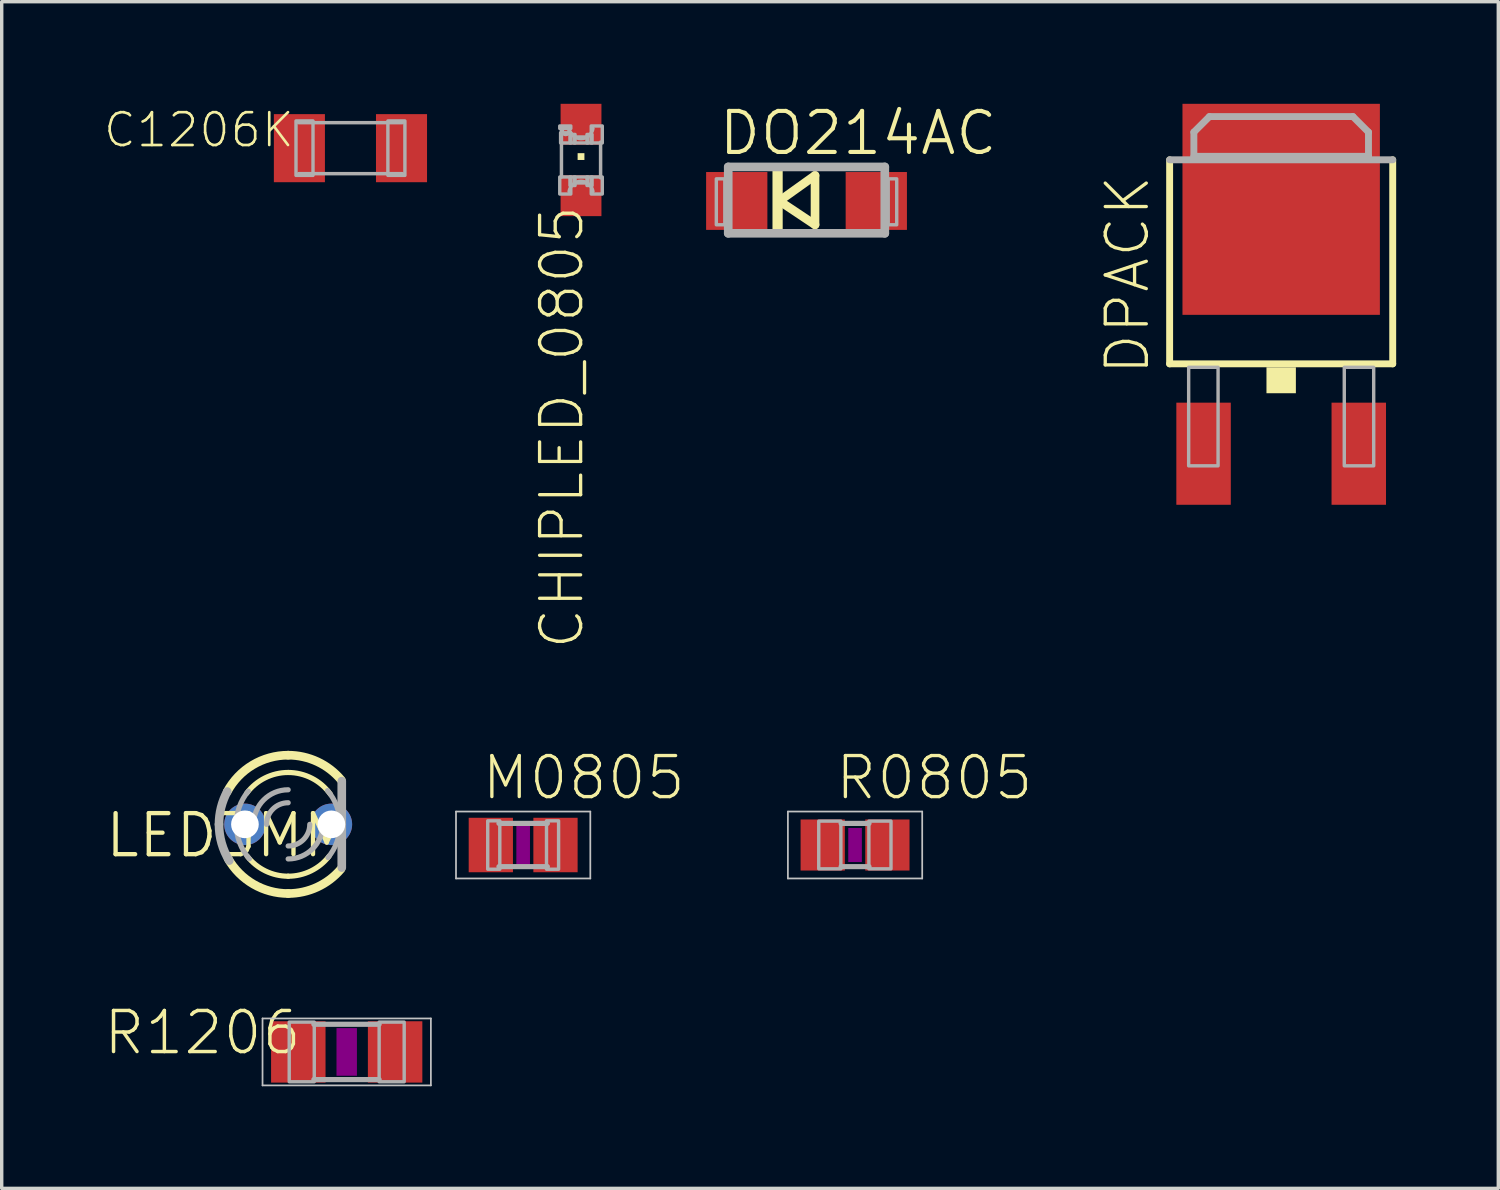
<source format=kicad_pcb>
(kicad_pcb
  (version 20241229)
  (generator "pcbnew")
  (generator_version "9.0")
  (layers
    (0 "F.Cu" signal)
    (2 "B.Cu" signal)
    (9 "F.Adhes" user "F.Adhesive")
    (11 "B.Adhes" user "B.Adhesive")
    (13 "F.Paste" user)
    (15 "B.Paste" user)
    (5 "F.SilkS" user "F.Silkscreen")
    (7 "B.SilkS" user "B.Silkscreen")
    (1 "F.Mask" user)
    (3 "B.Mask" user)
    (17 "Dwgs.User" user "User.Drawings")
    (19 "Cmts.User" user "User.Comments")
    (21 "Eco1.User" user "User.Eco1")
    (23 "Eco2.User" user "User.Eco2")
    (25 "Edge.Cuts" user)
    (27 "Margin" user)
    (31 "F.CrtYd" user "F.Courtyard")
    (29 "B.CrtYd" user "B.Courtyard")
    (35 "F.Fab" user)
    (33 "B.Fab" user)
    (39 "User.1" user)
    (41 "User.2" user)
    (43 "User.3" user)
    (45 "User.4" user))
  (footprint "LED3MM"
    (layer "F.Cu")
    (at 5.416 21.169)
    (property "Reference" "LED3MM" (at 1.905 -0.381 0) (layer "F.SilkS") (effects (font (size 1.206 1.206) (thickness 0.127)) (justify right top)))
    (attr through_hole)
    (fp_arc (start -1.7929 -0.9562) (mid -1.045438 -1.7424) (end 0 -2.032) (stroke (width 0.254) (type solid)) (layer "F.SilkS"))
    (fp_arc (start -1.2192 -0.9144) (mid -0.681554 -1.363107) (end 0 -1.524) (stroke (width 0.1524) (type solid)) (layer "F.SilkS"))
    (fp_arc (start 0 -2.032) (mid 0.861864 -1.840173) (end 1.561 -1.3009) (stroke (width 0.254) (type solid)) (layer "F.SilkS"))
    (fp_arc (start 0 -1.524) (mid 0.697339 -1.355082) (end 1.2401 -0.885801) (stroke (width 0.1524) (type solid)) (layer "F.SilkS"))
    (fp_arc (start 0 1.524) (mid -0.669593 1.369018) (end -1.203 0.9356) (stroke (width 0.1524) (type solid)) (layer "F.SilkS"))
    (fp_arc (start 0 2.032) (mid -1.019924 1.757525) (end -1.7643 1.0082) (stroke (width 0.254) (type solid)) (layer "F.SilkS"))
    (fp_arc (start 1.203 0.9356) (mid 0.669593 1.369018) (end 0 1.524) (stroke (width 0.1524) (type solid)) (layer "F.SilkS"))
    (fp_arc (start 1.5512 1.3126) (mid 0.854953 1.843405) (end 0 2.032) (stroke (width 0.254) (type solid)) (layer "F.SilkS"))
    (fp_line (start 1.575 1.27) (end 1.575 -1.27) (stroke (width 0.254) (type solid)) (layer "F.Fab"))
    (fp_arc (start -2.032 0) (mid -1.970339 -0.496775) (end -1.7891 -0.9634) (stroke (width 0.254) (type solid)) (layer "F.Fab"))
    (fp_arc (start -1.7306 1.065) (mid -1.95521 0.553417) (end -2.032 0) (stroke (width 0.254) (type solid)) (layer "F.Fab"))
    (fp_arc (start -1.524 0) (mid -1.432981 -0.518783) (end -1.1708 -0.9756) (stroke (width 0.1524) (type solid)) (layer "F.Fab"))
    (fp_arc (start -1.1391 1.0125) (mid -1.42454 0.5416) (end -1.524 0) (stroke (width 0.1524) (type solid)) (layer "F.Fab"))
    (fp_arc (start -1.016 0) (mid -0.71842 -0.71842) (end 0 -1.016) (stroke (width 0.1524) (type solid)) (layer "F.Fab"))
    (fp_arc (start -0.635 0) (mid -0.449013 -0.449013) (end 0 -0.635) (stroke (width 0.1524) (type solid)) (layer "F.Fab"))
    (fp_arc (start 0.635 0) (mid 0.449013 0.449013) (end 0 0.635) (stroke (width 0.1524) (type solid)) (layer "F.Fab"))
    (fp_arc (start 1.016 0) (mid 0.71842 0.71842) (end 0 1.016) (stroke (width 0.1524) (type solid)) (layer "F.Fab"))
    (fp_arc (start 1.1571 -0.9918) (mid 1.429332 -0.528744) (end 1.524 0) (stroke (width 0.1524) (type solid)) (layer "F.Fab"))
    (fp_arc (start 1.524 0) (mid 1.432981 0.518783) (end 1.1708 0.9756) (stroke (width 0.1524) (type solid)) (layer "F.Fab"))
    (pad "A" thru_hole circle (at -1.27 0) (size 1.219 1.219) (drill 0.813) (layers "*.Cu" "*.Mask"))
    (pad "K" thru_hole circle (at 1.27 0) (size 1.219 1.219) (drill 0.813) (layers "*.Cu" "*.Mask")))
  (footprint "C1206K"
    (layer "F.Cu")
    (at 7.246 1.303)
    (property "Reference" "C1206K" (at -1.6 -1.1 180) (layer "F.SilkS") (effects (font (size 0.965 0.965) (thickness 0.077)) (justify right top)))
    (attr through_hole)
    (fp_line (start -1.525 -0.75) (end 1.525 -0.75) (stroke (width 0.102) (type solid)) (layer "F.Fab"))
    (fp_line (start 1.525 0.75) (end -1.525 0.75) (stroke (width 0.102) (type solid)) (layer "F.Fab"))
    (fp_poly (pts (xy -1.6 0.8) (xy -1.1 0.8) (xy -1.1 -0.8) (xy -1.6 -0.8)) (stroke (width 0.1) (type solid)) (fill no) (layer "F.Fab"))
    (fp_poly (pts (xy 1.1 0.8) (xy 1.6 0.8) (xy 1.6 -0.8) (xy 1.1 -0.8)) (stroke (width 0.1) (type solid)) (fill no) (layer "F.Fab"))
    (pad "1" smd rect (at -1.5 0) (size 1.5 2) (layers "F.Cu" "F.Mask" "F.Paste"))
    (pad "2" smd rect (at 1.5 0) (size 1.5 2) (layers "F.Cu" "F.Mask" "F.Paste")))
  (footprint "M0805"
    (layer "F.Cu")
    (at 12.32 21.776)
    (property "Reference" "M0805" (at -1.27 -1.27 0) (layer "F.SilkS") (effects (font (size 1.206 1.206) (thickness 0.097)) (justify left bottom)))
    (attr through_hole)
    (fp_poly (pts (xy -0.2 0.6) (xy 0.2 0.6) (xy 0.2 -0.6) (xy -0.2 -0.6)) (stroke (width 0) (type solid)) (fill yes) (layer "F.Adhes"))
    (fp_line (start -1.973 -0.983) (end 1.973 -0.983) (stroke (width 0.051) (type solid)) (layer "Dwgs.User"))
    (fp_line (start -1.973 0.983) (end -1.973 -0.983) (stroke (width 0.051) (type solid)) (layer "Dwgs.User"))
    (fp_line (start 1.973 -0.983) (end 1.973 0.983) (stroke (width 0.051) (type solid)) (layer "Dwgs.User"))
    (fp_line (start 1.973 0.983) (end -1.973 0.983) (stroke (width 0.051) (type solid)) (layer "Dwgs.User"))
    (fp_line (start 0.711 -0.635) (end -0.711 -0.635) (stroke (width 0.152) (type solid)) (layer "F.Fab"))
    (fp_line (start 0.711 0.635) (end -0.711 0.635) (stroke (width 0.152) (type solid)) (layer "F.Fab"))
    (fp_poly (pts (xy -1.041 0.711) (xy -0.686 0.711) (xy -0.686 -0.711) (xy -1.041 -0.711)) (stroke (width 0.1) (type solid)) (fill no) (layer "F.Fab"))
    (fp_poly (pts (xy 0.686 0.711) (xy 1.041 0.711) (xy 1.041 -0.711) (xy 0.686 -0.711)) (stroke (width 0.1) (type solid)) (fill no) (layer "F.Fab"))
    (pad "1" smd rect (at -0.95 0) (size 1.3 1.6) (layers "F.Cu" "F.Mask" "F.Paste"))
    (pad "2" smd rect (at 0.95 0) (size 1.3 1.6) (layers "F.Cu" "F.Mask" "F.Paste")))
  (footprint "R0805"
    (layer "F.Cu")
    (at 22.071 21.776)
    (property "Reference" "R0805" (at -0.635 -1.27 0) (layer "F.SilkS") (effects (font (size 1.206 1.206) (thickness 0.097)) (justify left bottom)))
    (attr through_hole)
    (fp_poly (pts (xy -0.2 0.5) (xy 0.2 0.5) (xy 0.2 -0.5) (xy -0.2 -0.5)) (stroke (width 0) (type solid)) (fill yes) (layer "F.Adhes"))
    (fp_line (start -1.973 -0.983) (end 1.973 -0.983) (stroke (width 0.051) (type solid)) (layer "Dwgs.User"))
    (fp_line (start -1.973 0.983) (end -1.973 -0.983) (stroke (width 0.051) (type solid)) (layer "Dwgs.User"))
    (fp_line (start 1.973 -0.983) (end 1.973 0.983) (stroke (width 0.051) (type solid)) (layer "Dwgs.User"))
    (fp_line (start 1.973 0.983) (end -1.973 0.983) (stroke (width 0.051) (type solid)) (layer "Dwgs.User"))
    (fp_line (start -0.41 -0.635) (end 0.41 -0.635) (stroke (width 0.152) (type solid)) (layer "F.Fab"))
    (fp_line (start -0.41 0.635) (end 0.41 0.635) (stroke (width 0.152) (type solid)) (layer "F.Fab"))
    (fp_poly (pts (xy -1.067 0.699) (xy -0.417 0.699) (xy -0.417 -0.702) (xy -1.067 -0.702)) (stroke (width 0.1) (type solid)) (fill no) (layer "F.Fab"))
    (fp_poly (pts (xy 0.406 0.699) (xy 1.056 0.699) (xy 1.056 -0.702) (xy 0.406 -0.702)) (stroke (width 0.1) (type solid)) (fill no) (layer "F.Fab"))
    (pad "1" smd rect (at -0.95 0) (size 1.3 1.5) (layers "F.Cu" "F.Mask" "F.Paste"))
    (pad "2" smd rect (at 0.95 0) (size 1.3 1.5) (layers "F.Cu" "F.Mask" "F.Paste")))
  (footprint "CHIPLED_0805"
    (layer "F.Cu")
    (at 14.02 1.65)
    (property "Reference" "CHIPLED_0805" (at -1.27 1.27 270) (layer "F.SilkS") (effects (font (size 1.206 1.206) (thickness 0.097)) (justify right top)))
    (attr through_hole)
    (fp_poly (pts (xy -0.1 0) (xy 0.1 0) (xy 0.1 -0.2) (xy -0.1 -0.2)) (stroke (width 0) (type solid)) (fill yes) (layer "F.SilkS"))
    (fp_line (start -0.575 0.5) (end -0.575 -0.925) (stroke (width 0.102) (type solid)) (layer "F.Fab"))
    (fp_line (start 0.575 -0.525) (end 0.575 0.525) (stroke (width 0.102) (type solid)) (layer "F.Fab"))
    (fp_arc (start -0.35 0.925) (mid -0.000001 0.625027) (end 0.35 0.924998) (stroke (width 0.1016) (type solid)) (layer "F.Fab"))
    (fp_arc (start 0.35 -0.924998) (mid -0.000001 -0.625027) (end -0.35 -0.925) (stroke (width 0.1016) (type solid)) (layer "F.Fab"))
    (fp_circle (center -0.45 -0.85) (end -0.347 -0.85) (stroke (width 0.102) (type solid)) (fill no) (layer "F.Fab"))
    (fp_poly (pts (xy -0.625 -0.925) (xy -0.3 -0.925) (xy -0.3 -1) (xy -0.625 -1)) (stroke (width 0.1) (type solid)) (fill no) (layer "F.Fab"))
    (fp_poly (pts (xy -0.625 1) (xy -0.3 1) (xy -0.3 0.5) (xy -0.625 0.5)) (stroke (width 0.1) (type solid)) (fill no) (layer "F.Fab"))
    (fp_poly (pts (xy -0.6 -0.5) (xy -0.3 -0.5) (xy -0.3 -0.8) (xy -0.6 -0.8)) (stroke (width 0.1) (type solid)) (fill no) (layer "F.Fab"))
    (fp_poly (pts (xy -0.325 -0.5) (xy -0.175 -0.5) (xy -0.175 -0.75) (xy -0.325 -0.75)) (stroke (width 0.1) (type solid)) (fill no) (layer "F.Fab"))
    (fp_poly (pts (xy -0.325 0.75) (xy -0.175 0.75) (xy -0.175 0.5) (xy -0.325 0.5)) (stroke (width 0.1) (type solid)) (fill no) (layer "F.Fab"))
    (fp_poly (pts (xy -0.2 -0.5) (xy 0.2 -0.5) (xy 0.2 -0.675) (xy -0.2 -0.675)) (stroke (width 0.1) (type solid)) (fill no) (layer "F.Fab"))
    (fp_poly (pts (xy -0.2 0.675) (xy 0.2 0.675) (xy 0.2 0.5) (xy -0.2 0.5)) (stroke (width 0.1) (type solid)) (fill no) (layer "F.Fab"))
    (fp_poly (pts (xy 0.175 -0.5) (xy 0.325 -0.5) (xy 0.325 -0.75) (xy 0.175 -0.75)) (stroke (width 0.1) (type solid)) (fill no) (layer "F.Fab"))
    (fp_poly (pts (xy 0.175 0.75) (xy 0.325 0.75) (xy 0.325 0.5) (xy 0.175 0.5)) (stroke (width 0.1) (type solid)) (fill no) (layer "F.Fab"))
    (fp_poly (pts (xy 0.3 -0.5) (xy 0.625 -0.5) (xy 0.625 -1) (xy 0.3 -1)) (stroke (width 0.1) (type solid)) (fill no) (layer "F.Fab"))
    (fp_poly (pts (xy 0.3 1) (xy 0.625 1) (xy 0.625 0.5) (xy 0.3 0.5)) (stroke (width 0.1) (type solid)) (fill no) (layer "F.Fab"))
    (pad "A" smd rect (at 0 1.05) (size 1.2 1.2) (layers "F.Cu" "F.Mask" "F.Paste"))
    (pad "C" smd rect (at 0 -1.05) (size 1.2 1.2) (layers "F.Cu" "F.Mask" "F.Paste")))
  (footprint "DPACK"
    (layer "F.Cu")
    (at 34.59 5.48)
    (property "Reference" "DPACK" (at -3.81 2.54 90) (layer "F.SilkS") (effects (font (size 1.206 1.206) (thickness 0.097)) (justify left bottom)))
    (attr through_hole)
    (fp_line (start -3.277 2.159) (end -3.277 -3.835) (stroke (width 0.203) (type solid)) (layer "F.SilkS"))
    (fp_line (start 3.277 -3.835) (end 3.277 2.159) (stroke (width 0.203) (type solid)) (layer "F.SilkS"))
    (fp_line (start 3.277 2.159) (end -3.277 2.159) (stroke (width 0.203) (type solid)) (layer "F.SilkS"))
    (fp_poly (pts (xy -0.432 3.023) (xy 0.432 3.023) (xy 0.432 2.261) (xy -0.432 2.261)) (stroke (width 0) (type solid)) (fill yes) (layer "F.SilkS"))
    (fp_line (start -3.277 -3.835) (end 3.277 -3.835) (stroke (width 0.203) (type solid)) (layer "F.Fab"))
    (fp_line (start -2.565 -4.648) (end -2.108 -5.105) (stroke (width 0.203) (type solid)) (layer "F.Fab"))
    (fp_line (start -2.565 -3.937) (end -2.565 -4.648) (stroke (width 0.203) (type solid)) (layer "F.Fab"))
    (fp_line (start -2.108 -5.105) (end 2.108 -5.105) (stroke (width 0.203) (type solid)) (layer "F.Fab"))
    (fp_line (start 2.108 -5.105) (end 2.565 -4.648) (stroke (width 0.203) (type solid)) (layer "F.Fab"))
    (fp_line (start 2.565 -4.648) (end 2.565 -3.937) (stroke (width 0.203) (type solid)) (layer "F.Fab"))
    (fp_line (start 2.565 -3.937) (end -2.565 -3.937) (stroke (width 0.203) (type solid)) (layer "F.Fab"))
    (fp_poly (pts (xy -2.718 5.156) (xy -1.854 5.156) (xy -1.854 2.261) (xy -2.718 2.261)) (stroke (width 0.1) (type solid)) (fill no) (layer "F.Fab"))
    (fp_poly (pts (xy 1.854 5.156) (xy 2.718 5.156) (xy 2.718 2.261) (xy 1.854 2.261)) (stroke (width 0.1) (type solid)) (fill no) (layer "F.Fab"))
    (fp_poly (pts (xy -2.565 -3.937) (xy -2.565 -4.648) (xy -2.108 -5.105) (xy 2.108 -5.105) (xy 2.565 -4.648) (xy 2.565 -3.937)) (stroke (width 0.1) (type solid)) (fill no) (layer "F.Fab"))
    (pad "1" smd rect (at -2.28 4.8) (size 1.6 3) (layers "F.Cu" "F.Mask" "F.Paste"))
    (pad "3" smd rect (at 2.28 4.8) (size 1.6 3) (layers "F.Cu" "F.Mask" "F.Paste"))
    (pad "4" smd rect (at 0 -2.38) (size 5.8 6.2) (layers "F.Cu" "F.Mask" "F.Paste")))
  (footprint "R1206"
    (layer "F.Cu")
    (at 7.136 27.855)
    (property "Reference" "R1206" (at -1.27 -1.27 0) (layer "F.SilkS") (effects (font (size 1.206 1.206) (thickness 0.102)) (justify right top)))
    (attr through_hole)
    (fp_poly (pts (xy -0.3 0.7) (xy 0.3 0.7) (xy 0.3 -0.7) (xy -0.3 -0.7)) (stroke (width 0) (type solid)) (fill yes) (layer "F.Adhes"))
    (fp_line (start -2.473 -0.983) (end 2.473 -0.983) (stroke (width 0.051) (type solid)) (layer "Dwgs.User"))
    (fp_line (start -2.473 0.983) (end -2.473 -0.983) (stroke (width 0.051) (type solid)) (layer "Dwgs.User"))
    (fp_line (start 2.473 -0.983) (end 2.473 0.983) (stroke (width 0.051) (type solid)) (layer "Dwgs.User"))
    (fp_line (start 2.473 0.983) (end -2.473 0.983) (stroke (width 0.051) (type solid)) (layer "Dwgs.User"))
    (fp_line (start 0.953 -0.813) (end -0.965 -0.813) (stroke (width 0.152) (type solid)) (layer "F.Fab"))
    (fp_line (start 0.953 0.813) (end -0.965 0.813) (stroke (width 0.152) (type solid)) (layer "F.Fab"))
    (fp_poly (pts (xy -1.689 0.876) (xy -0.953 0.876) (xy -0.953 -0.876) (xy -1.689 -0.876)) (stroke (width 0.1) (type solid)) (fill no) (layer "F.Fab"))
    (fp_poly (pts (xy 0.953 0.876) (xy 1.689 0.876) (xy 1.689 -0.876) (xy 0.953 -0.876)) (stroke (width 0.1) (type solid)) (fill no) (layer "F.Fab"))
    (pad "1" smd rect (at -1.422 0) (size 1.6 1.803) (layers "F.Cu" "F.Mask" "F.Paste"))
    (pad "2" smd rect (at 1.422 0) (size 1.6 1.803) (layers "F.Cu" "F.Mask" "F.Paste")))
  (footprint "DO214AC"
    (layer "F.Cu")
    (at 20.645 2.854)
    (property "Reference" "DO214AC" (at -2.64 -1.286 0) (layer "F.SilkS") (effects (font (size 1.206 1.206) (thickness 0.121)) (justify left bottom)))
    (attr through_hole)
    (fp_line (start -0.8 0) (end 0.25 -0.75) (stroke (width 0.254) (type solid)) (layer "F.SilkS"))
    (fp_line (start 0.25 -0.75) (end 0.25 0.7) (stroke (width 0.254) (type solid)) (layer "F.SilkS"))
    (fp_line (start 0.25 0.7) (end -0.8 0) (stroke (width 0.254) (type solid)) (layer "F.SilkS"))
    (fp_poly (pts (xy -1 1.05) (xy -0.7 1.05) (xy -0.7 -1.05) (xy -1 -1.05)) (stroke (width 0) (type solid)) (fill yes) (layer "F.SilkS"))
    (fp_line (start -2.3 -1) (end 2.3 -1) (stroke (width 0.254) (type solid)) (layer "F.Fab"))
    (fp_line (start -2.3 0.95) (end -2.3 -1) (stroke (width 0.254) (type solid)) (layer "F.Fab"))
    (fp_line (start 2.3 -1) (end 2.3 0.95) (stroke (width 0.254) (type solid)) (layer "F.Fab"))
    (fp_line (start 2.3 0.95) (end -2.3 0.95) (stroke (width 0.254) (type solid)) (layer "F.Fab"))
    (fp_poly (pts (xy -2.65 0.7) (xy -2.4 0.7) (xy -2.4 -0.65) (xy -2.65 -0.65)) (stroke (width 0.1) (type solid)) (fill no) (layer "F.Fab"))
    (fp_poly (pts (xy 2.4 0.7) (xy 2.65 0.7) (xy 2.65 -0.65) (xy 2.4 -0.65)) (stroke (width 0.1) (type solid)) (fill no) (layer "F.Fab"))
    (pad "A" smd rect (at 2.05 0) (size 1.8 1.7) (layers "F.Cu" "F.Mask" "F.Paste"))
    (pad "C" smd rect (at -2.05 0) (size 1.8 1.7) (layers "F.Cu" "F.Mask" "F.Paste")))
  (gr_rect
    (start -3 -3)
    (end 40.969 31.863)
    (stroke (width 0.1) (type default))
    (fill no)
    (layer "Edge.Cuts")))
</source>
